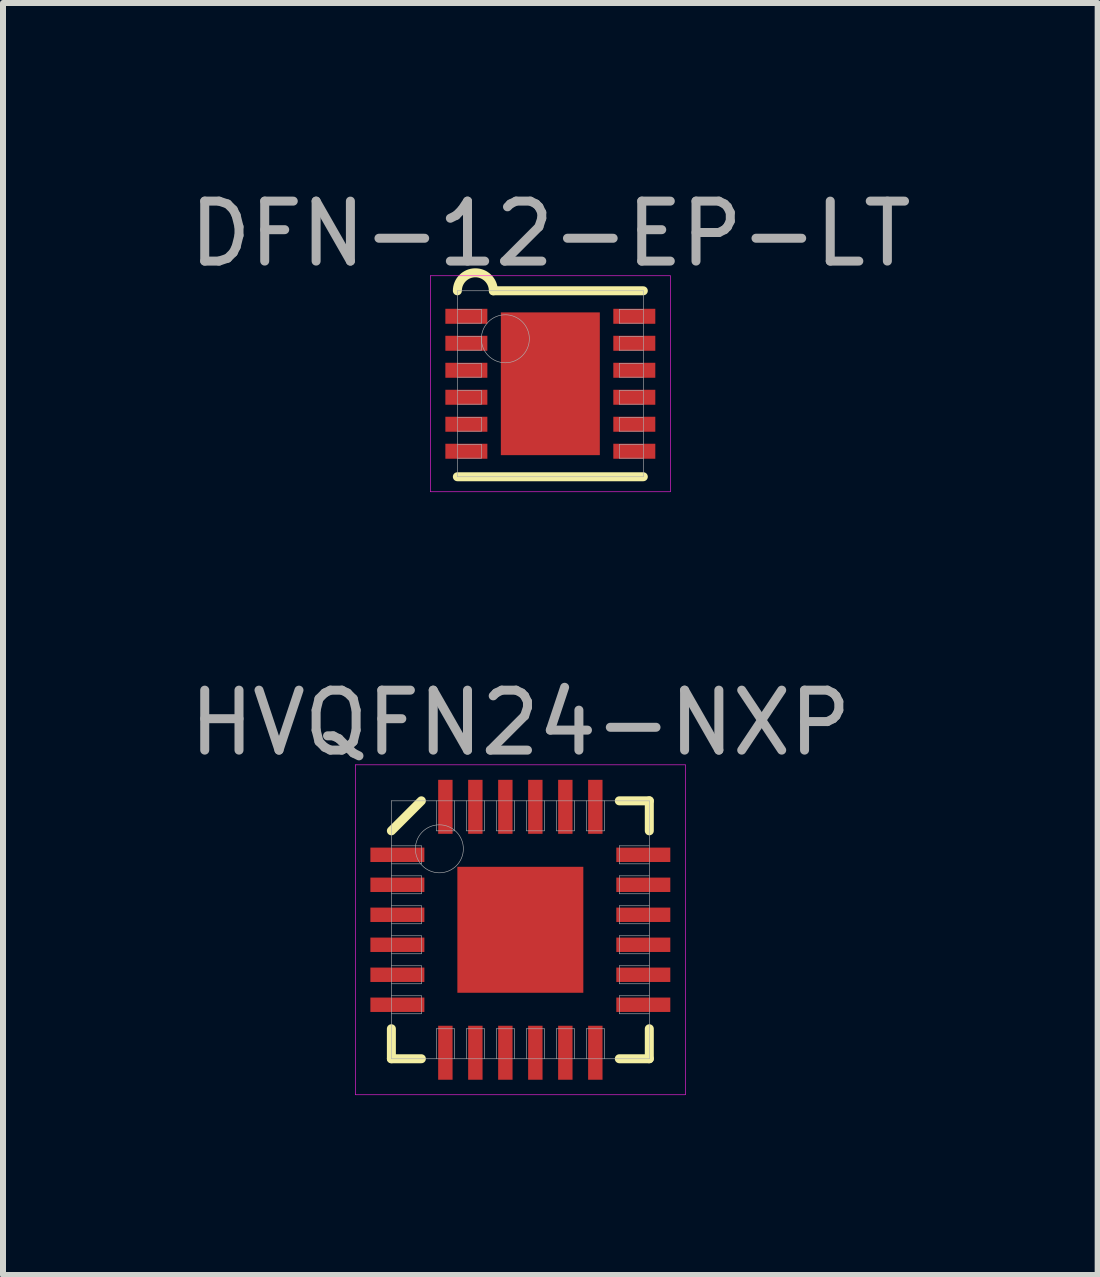
<source format=kicad_pcb>
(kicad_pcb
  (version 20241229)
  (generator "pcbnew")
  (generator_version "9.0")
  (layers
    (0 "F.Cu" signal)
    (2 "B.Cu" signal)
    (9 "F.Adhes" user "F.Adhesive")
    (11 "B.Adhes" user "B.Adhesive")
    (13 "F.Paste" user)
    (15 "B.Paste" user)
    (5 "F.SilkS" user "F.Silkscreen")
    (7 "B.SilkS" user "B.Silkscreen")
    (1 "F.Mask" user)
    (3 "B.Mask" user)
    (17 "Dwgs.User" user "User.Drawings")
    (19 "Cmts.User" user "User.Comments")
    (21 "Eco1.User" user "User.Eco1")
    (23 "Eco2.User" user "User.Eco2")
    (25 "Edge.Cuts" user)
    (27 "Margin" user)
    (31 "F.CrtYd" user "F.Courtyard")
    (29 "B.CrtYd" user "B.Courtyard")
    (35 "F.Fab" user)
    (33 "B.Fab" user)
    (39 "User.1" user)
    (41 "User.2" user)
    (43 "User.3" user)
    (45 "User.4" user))
  (footprint "HVQFN24-NXP"
    (layer "F.Cu")
    (at 5.625 12.451)
    (property "Reference" "HVQFN24-NXP" (at 0 -3.45 0) (layer "F.Fab") (effects (font (size 1 1) (thickness 0.15))))
    (attr through_hole)
    (fp_line (start -2.15 -1.65) (end -1.65 -2.15) (stroke (width 0.15) (type solid)) (layer "F.SilkS"))
    (fp_line (start -2.15 2.15) (end -2.15 1.65) (stroke (width 0.15) (type solid)) (layer "F.SilkS"))
    (fp_line (start -1.65 2.15) (end -2.15 2.15) (stroke (width 0.15) (type solid)) (layer "F.SilkS"))
    (fp_line (start 1.65 -2.15) (end 2.15 -2.15) (stroke (width 0.15) (type solid)) (layer "F.SilkS"))
    (fp_line (start 1.65 2.15) (end 2.15 2.15) (stroke (width 0.15) (type solid)) (layer "F.SilkS"))
    (fp_line (start 2.15 -2.15) (end 2.15 -1.65) (stroke (width 0.15) (type solid)) (layer "F.SilkS"))
    (fp_line (start 2.15 2.15) (end 2.15 1.65) (stroke (width 0.15) (type solid)) (layer "F.SilkS"))
    (fp_line (start -2.75 -2.75) (end 2.75 -2.75) (stroke (width 0.01) (type solid)) (layer "F.CrtYd"))
    (fp_line (start -2.75 2.75) (end -2.75 -2.75) (stroke (width 0.01) (type solid)) (layer "F.CrtYd"))
    (fp_line (start 2.75 -2.75) (end 2.75 2.75) (stroke (width 0.01) (type solid)) (layer "F.CrtYd"))
    (fp_line (start 2.75 2.75) (end -2.75 2.75) (stroke (width 0.01) (type solid)) (layer "F.CrtYd"))
    (fp_line (start -2.15 -2.15) (end 2.15 -2.15) (stroke (width 0.01) (type solid)) (layer "F.Fab"))
    (fp_line (start -2.15 -1.1) (end -1.65 -1.1) (stroke (width 0.01) (type solid)) (layer "F.Fab"))
    (fp_line (start -2.15 -0.6) (end -1.65 -0.6) (stroke (width 0.01) (type solid)) (layer "F.Fab"))
    (fp_line (start -2.15 -0.1) (end -1.65 -0.1) (stroke (width 0.01) (type solid)) (layer "F.Fab"))
    (fp_line (start -2.15 0.4) (end -1.65 0.4) (stroke (width 0.01) (type solid)) (layer "F.Fab"))
    (fp_line (start -2.15 0.9) (end -1.65 0.9) (stroke (width 0.01) (type solid)) (layer "F.Fab"))
    (fp_line (start -2.15 1.4) (end -1.65 1.4) (stroke (width 0.01) (type solid)) (layer "F.Fab"))
    (fp_line (start -2.15 2.15) (end -2.15 -2.15) (stroke (width 0.01) (type solid)) (layer "F.Fab"))
    (fp_line (start -1.65 -1.4) (end -2.15 -1.4) (stroke (width 0.01) (type solid)) (layer "F.Fab"))
    (fp_line (start -1.65 -1.1) (end -1.65 -1.4) (stroke (width 0.01) (type solid)) (layer "F.Fab"))
    (fp_line (start -1.65 -0.9) (end -2.15 -0.9) (stroke (width 0.01) (type solid)) (layer "F.Fab"))
    (fp_line (start -1.65 -0.6) (end -1.65 -0.9) (stroke (width 0.01) (type solid)) (layer "F.Fab"))
    (fp_line (start -1.65 -0.4) (end -2.15 -0.4) (stroke (width 0.01) (type solid)) (layer "F.Fab"))
    (fp_line (start -1.65 -0.1) (end -1.65 -0.4) (stroke (width 0.01) (type solid)) (layer "F.Fab"))
    (fp_line (start -1.65 0.1) (end -2.15 0.1) (stroke (width 0.01) (type solid)) (layer "F.Fab"))
    (fp_line (start -1.65 0.4) (end -1.65 0.1) (stroke (width 0.01) (type solid)) (layer "F.Fab"))
    (fp_line (start -1.65 0.6) (end -2.15 0.6) (stroke (width 0.01) (type solid)) (layer "F.Fab"))
    (fp_line (start -1.65 0.9) (end -1.65 0.6) (stroke (width 0.01) (type solid)) (layer "F.Fab"))
    (fp_line (start -1.65 1.1) (end -2.15 1.1) (stroke (width 0.01) (type solid)) (layer "F.Fab"))
    (fp_line (start -1.65 1.4) (end -1.65 1.1) (stroke (width 0.01) (type solid)) (layer "F.Fab"))
    (fp_line (start -1.4 -2.15) (end -1.4 -1.65) (stroke (width 0.01) (type solid)) (layer "F.Fab"))
    (fp_line (start -1.4 -1.65) (end -1.1 -1.65) (stroke (width 0.01) (type solid)) (layer "F.Fab"))
    (fp_line (start -1.4 1.65) (end -1.4 2.15) (stroke (width 0.01) (type solid)) (layer "F.Fab"))
    (fp_line (start -1.1 -1.65) (end -1.1 -2.15) (stroke (width 0.01) (type solid)) (layer "F.Fab"))
    (fp_line (start -1.1 1.65) (end -1.4 1.65) (stroke (width 0.01) (type solid)) (layer "F.Fab"))
    (fp_line (start -1.1 2.15) (end -1.1 1.65) (stroke (width 0.01) (type solid)) (layer "F.Fab"))
    (fp_line (start -0.9 -2.15) (end -0.9 -1.65) (stroke (width 0.01) (type solid)) (layer "F.Fab"))
    (fp_line (start -0.9 -1.65) (end -0.6 -1.65) (stroke (width 0.01) (type solid)) (layer "F.Fab"))
    (fp_line (start -0.9 1.65) (end -0.9 2.15) (stroke (width 0.01) (type solid)) (layer "F.Fab"))
    (fp_line (start -0.6 -1.65) (end -0.6 -2.15) (stroke (width 0.01) (type solid)) (layer "F.Fab"))
    (fp_line (start -0.6 1.65) (end -0.9 1.65) (stroke (width 0.01) (type solid)) (layer "F.Fab"))
    (fp_line (start -0.6 2.15) (end -0.6 1.65) (stroke (width 0.01) (type solid)) (layer "F.Fab"))
    (fp_line (start -0.4 -2.15) (end -0.4 -1.65) (stroke (width 0.01) (type solid)) (layer "F.Fab"))
    (fp_line (start -0.4 -1.65) (end -0.1 -1.65) (stroke (width 0.01) (type solid)) (layer "F.Fab"))
    (fp_line (start -0.4 1.65) (end -0.4 2.15) (stroke (width 0.01) (type solid)) (layer "F.Fab"))
    (fp_line (start -0.1 -1.65) (end -0.1 -2.15) (stroke (width 0.01) (type solid)) (layer "F.Fab"))
    (fp_line (start -0.1 1.65) (end -0.4 1.65) (stroke (width 0.01) (type solid)) (layer "F.Fab"))
    (fp_line (start -0.1 2.15) (end -0.1 1.65) (stroke (width 0.01) (type solid)) (layer "F.Fab"))
    (fp_line (start 0.1 -2.15) (end 0.1 -1.65) (stroke (width 0.01) (type solid)) (layer "F.Fab"))
    (fp_line (start 0.1 -1.65) (end 0.4 -1.65) (stroke (width 0.01) (type solid)) (layer "F.Fab"))
    (fp_line (start 0.1 1.65) (end 0.1 2.15) (stroke (width 0.01) (type solid)) (layer "F.Fab"))
    (fp_line (start 0.4 -1.65) (end 0.4 -2.15) (stroke (width 0.01) (type solid)) (layer "F.Fab"))
    (fp_line (start 0.4 1.65) (end 0.1 1.65) (stroke (width 0.01) (type solid)) (layer "F.Fab"))
    (fp_line (start 0.4 2.15) (end 0.4 1.65) (stroke (width 0.01) (type solid)) (layer "F.Fab"))
    (fp_line (start 0.6 -2.15) (end 0.6 -1.65) (stroke (width 0.01) (type solid)) (layer "F.Fab"))
    (fp_line (start 0.6 -1.65) (end 0.9 -1.65) (stroke (width 0.01) (type solid)) (layer "F.Fab"))
    (fp_line (start 0.6 1.65) (end 0.6 2.15) (stroke (width 0.01) (type solid)) (layer "F.Fab"))
    (fp_line (start 0.9 -1.65) (end 0.9 -2.15) (stroke (width 0.01) (type solid)) (layer "F.Fab"))
    (fp_line (start 0.9 1.65) (end 0.6 1.65) (stroke (width 0.01) (type solid)) (layer "F.Fab"))
    (fp_line (start 0.9 2.15) (end 0.9 1.65) (stroke (width 0.01) (type solid)) (layer "F.Fab"))
    (fp_line (start 1.1 -2.15) (end 1.1 -1.65) (stroke (width 0.01) (type solid)) (layer "F.Fab"))
    (fp_line (start 1.1 -1.65) (end 1.4 -1.65) (stroke (width 0.01) (type solid)) (layer "F.Fab"))
    (fp_line (start 1.1 1.65) (end 1.1 2.15) (stroke (width 0.01) (type solid)) (layer "F.Fab"))
    (fp_line (start 1.4 -1.65) (end 1.4 -2.15) (stroke (width 0.01) (type solid)) (layer "F.Fab"))
    (fp_line (start 1.4 1.65) (end 1.1 1.65) (stroke (width 0.01) (type solid)) (layer "F.Fab"))
    (fp_line (start 1.4 2.15) (end 1.4 1.65) (stroke (width 0.01) (type solid)) (layer "F.Fab"))
    (fp_line (start 1.65 -1.4) (end 1.65 -1.1) (stroke (width 0.01) (type solid)) (layer "F.Fab"))
    (fp_line (start 1.65 -1.1) (end 2.15 -1.1) (stroke (width 0.01) (type solid)) (layer "F.Fab"))
    (fp_line (start 1.65 -0.9) (end 1.65 -0.6) (stroke (width 0.01) (type solid)) (layer "F.Fab"))
    (fp_line (start 1.65 -0.6) (end 2.15 -0.6) (stroke (width 0.01) (type solid)) (layer "F.Fab"))
    (fp_line (start 1.65 -0.4) (end 1.65 -0.1) (stroke (width 0.01) (type solid)) (layer "F.Fab"))
    (fp_line (start 1.65 -0.1) (end 2.15 -0.1) (stroke (width 0.01) (type solid)) (layer "F.Fab"))
    (fp_line (start 1.65 0.1) (end 1.65 0.4) (stroke (width 0.01) (type solid)) (layer "F.Fab"))
    (fp_line (start 1.65 0.4) (end 2.15 0.4) (stroke (width 0.01) (type solid)) (layer "F.Fab"))
    (fp_line (start 1.65 0.6) (end 1.65 0.9) (stroke (width 0.01) (type solid)) (layer "F.Fab"))
    (fp_line (start 1.65 0.9) (end 2.15 0.9) (stroke (width 0.01) (type solid)) (layer "F.Fab"))
    (fp_line (start 1.65 1.1) (end 1.65 1.4) (stroke (width 0.01) (type solid)) (layer "F.Fab"))
    (fp_line (start 1.65 1.4) (end 2.15 1.4) (stroke (width 0.01) (type solid)) (layer "F.Fab"))
    (fp_line (start 2.15 -2.15) (end 2.15 2.15) (stroke (width 0.01) (type solid)) (layer "F.Fab"))
    (fp_line (start 2.15 -1.4) (end 1.65 -1.4) (stroke (width 0.01) (type solid)) (layer "F.Fab"))
    (fp_line (start 2.15 -0.9) (end 1.65 -0.9) (stroke (width 0.01) (type solid)) (layer "F.Fab"))
    (fp_line (start 2.15 -0.4) (end 1.65 -0.4) (stroke (width 0.01) (type solid)) (layer "F.Fab"))
    (fp_line (start 2.15 0.1) (end 1.65 0.1) (stroke (width 0.01) (type solid)) (layer "F.Fab"))
    (fp_line (start 2.15 0.6) (end 1.65 0.6) (stroke (width 0.01) (type solid)) (layer "F.Fab"))
    (fp_line (start 2.15 1.1) (end 1.65 1.1) (stroke (width 0.01) (type solid)) (layer "F.Fab"))
    (fp_line (start 2.15 2.15) (end -2.15 2.15) (stroke (width 0.01) (type solid)) (layer "F.Fab"))
    (fp_circle (center -1.35 -1.35) (end -1.35 -0.95) (stroke (width 0.01) (type solid)) (fill no) (layer "F.Fab"))
    (pad "" smd rect (at -0.425 -0.425) (size 0.45 0.45) (layers "F.Mask"))
    (pad "" smd rect (at -0.425 -0.425) (size 0.45 0.45) (layers "F.Paste"))
    (pad "" smd rect (at -0.425 0.425) (size 0.45 0.45) (layers "F.Mask"))
    (pad "" smd rect (at -0.425 0.425) (size 0.45 0.45) (layers "F.Paste"))
    (pad "" smd rect (at 0.425 -0.425) (size 0.45 0.45) (layers "F.Mask"))
    (pad "" smd rect (at 0.425 -0.425) (size 0.45 0.45) (layers "F.Paste"))
    (pad "" smd rect (at 0.425 0.425) (size 0.45 0.45) (layers "F.Mask"))
    (pad "" smd rect (at 0.425 0.425) (size 0.45 0.45) (layers "F.Paste"))
    (pad "1" smd rect (at -2.05 -1.25) (size 0.9 0.24) (layers "F.Cu" "F.Mask" "F.Paste"))
    (pad "2" smd rect (at -2.05 -0.75) (size 0.9 0.24) (layers "F.Cu" "F.Mask" "F.Paste"))
    (pad "3" smd rect (at -2.05 -0.25) (size 0.9 0.24) (layers "F.Cu" "F.Mask" "F.Paste"))
    (pad "4" smd rect (at -2.05 0.25) (size 0.9 0.24) (layers "F.Cu" "F.Mask" "F.Paste"))
    (pad "5" smd rect (at -2.05 0.75) (size 0.9 0.24) (layers "F.Cu" "F.Mask" "F.Paste"))
    (pad "6" smd rect (at -2.05 1.25) (size 0.9 0.24) (layers "F.Cu" "F.Mask" "F.Paste"))
    (pad "7" smd rect (at -1.25 2.05) (size 0.24 0.9) (layers "F.Cu" "F.Mask" "F.Paste"))
    (pad "8" smd rect (at -0.75 2.05) (size 0.24 0.9) (layers "F.Cu" "F.Mask" "F.Paste"))
    (pad "9" smd rect (at -0.25 2.05) (size 0.24 0.9) (layers "F.Cu" "F.Mask" "F.Paste"))
    (pad "10" smd rect (at 0.25 2.05) (size 0.24 0.9) (layers "F.Cu" "F.Mask" "F.Paste"))
    (pad "11" smd rect (at 0.75 2.05) (size 0.24 0.9) (layers "F.Cu" "F.Mask" "F.Paste"))
    (pad "12" smd rect (at 1.25 2.05) (size 0.24 0.9) (layers "F.Cu" "F.Mask" "F.Paste"))
    (pad "13" smd rect (at 2.05 1.25) (size 0.9 0.24) (layers "F.Cu" "F.Mask" "F.Paste"))
    (pad "14" smd rect (at 2.05 0.75) (size 0.9 0.24) (layers "F.Cu" "F.Mask" "F.Paste"))
    (pad "15" smd rect (at 2.05 0.25) (size 0.9 0.24) (layers "F.Cu" "F.Mask" "F.Paste"))
    (pad "16" smd rect (at 2.05 -0.25) (size 0.9 0.24) (layers "F.Cu" "F.Mask" "F.Paste"))
    (pad "17" smd rect (at 2.05 -0.75) (size 0.9 0.24) (layers "F.Cu" "F.Mask" "F.Paste"))
    (pad "18" smd rect (at 2.05 -1.25) (size 0.9 0.24) (layers "F.Cu" "F.Mask" "F.Paste"))
    (pad "19" smd rect (at 1.25 -2.05) (size 0.24 0.9) (layers "F.Cu" "F.Mask" "F.Paste"))
    (pad "20" smd rect (at 0.75 -2.05) (size 0.24 0.9) (layers "F.Cu" "F.Mask" "F.Paste"))
    (pad "21" smd rect (at 0.25 -2.05) (size 0.24 0.9) (layers "F.Cu" "F.Mask" "F.Paste"))
    (pad "22" smd rect (at -0.25 -2.05) (size 0.24 0.9) (layers "F.Cu" "F.Mask" "F.Paste"))
    (pad "23" smd rect (at -0.75 -2.05) (size 0.24 0.9) (layers "F.Cu" "F.Mask" "F.Paste"))
    (pad "24" smd rect (at -1.25 -2.05) (size 0.24 0.9) (layers "F.Cu" "F.Mask" "F.Paste"))
    (pad "EP" smd rect (at 0 0) (size 2.1 2.1) (layers "F.Cu")))
  (footprint "DFN-12-EP-LT"
    (layer "F.Cu")
    (at 6.125 3.348)
    (property "Reference" "DFN-12-EP-LT" (at 0 -2.5 0) (layer "F.Fab") (effects (font (size 1 1) (thickness 0.15))))
    (attr through_hole)
    (fp_line (start -1.55 1.55) (end 1.55 1.55) (stroke (width 0.15) (type solid)) (layer "F.SilkS"))
    (fp_line (start -0.95 -1.55) (end 1.55 -1.55) (stroke (width 0.15) (type solid)) (layer "F.SilkS"))
    (fp_arc (start -1.55 -1.55) (mid -1.25 -1.85) (end -0.95 -1.55) (stroke (width 0.15) (type solid)) (layer "F.SilkS"))
    (fp_line (start -2 -1.8) (end 2 -1.8) (stroke (width 0.01) (type solid)) (layer "F.CrtYd"))
    (fp_line (start -2 1.8) (end -2 -1.8) (stroke (width 0.01) (type solid)) (layer "F.CrtYd"))
    (fp_line (start 2 -1.8) (end 2 1.8) (stroke (width 0.01) (type solid)) (layer "F.CrtYd"))
    (fp_line (start 2 1.8) (end -2 1.8) (stroke (width 0.01) (type solid)) (layer "F.CrtYd"))
    (fp_line (start -1.55 -1.55) (end 1.55 -1.55) (stroke (width 0.01) (type solid)) (layer "F.Fab"))
    (fp_line (start -1.55 -1.01) (end -1.15 -1.01) (stroke (width 0.01) (type solid)) (layer "F.Fab"))
    (fp_line (start -1.55 -0.56) (end -1.15 -0.56) (stroke (width 0.01) (type solid)) (layer "F.Fab"))
    (fp_line (start -1.55 -0.11) (end -1.15 -0.11) (stroke (width 0.01) (type solid)) (layer "F.Fab"))
    (fp_line (start -1.55 0.34) (end -1.15 0.34) (stroke (width 0.01) (type solid)) (layer "F.Fab"))
    (fp_line (start -1.55 0.79) (end -1.15 0.79) (stroke (width 0.01) (type solid)) (layer "F.Fab"))
    (fp_line (start -1.55 1.24) (end -1.15 1.24) (stroke (width 0.01) (type solid)) (layer "F.Fab"))
    (fp_line (start -1.55 1.55) (end -1.55 -1.55) (stroke (width 0.01) (type solid)) (layer "F.Fab"))
    (fp_line (start -1.15 -1.24) (end -1.55 -1.24) (stroke (width 0.01) (type solid)) (layer "F.Fab"))
    (fp_line (start -1.15 -1.01) (end -1.15 -1.24) (stroke (width 0.01) (type solid)) (layer "F.Fab"))
    (fp_line (start -1.15 -0.79) (end -1.55 -0.79) (stroke (width 0.01) (type solid)) (layer "F.Fab"))
    (fp_line (start -1.15 -0.56) (end -1.15 -0.79) (stroke (width 0.01) (type solid)) (layer "F.Fab"))
    (fp_line (start -1.15 -0.34) (end -1.55 -0.34) (stroke (width 0.01) (type solid)) (layer "F.Fab"))
    (fp_line (start -1.15 -0.11) (end -1.15 -0.34) (stroke (width 0.01) (type solid)) (layer "F.Fab"))
    (fp_line (start -1.15 0.11) (end -1.55 0.11) (stroke (width 0.01) (type solid)) (layer "F.Fab"))
    (fp_line (start -1.15 0.34) (end -1.15 0.11) (stroke (width 0.01) (type solid)) (layer "F.Fab"))
    (fp_line (start -1.15 0.56) (end -1.55 0.56) (stroke (width 0.01) (type solid)) (layer "F.Fab"))
    (fp_line (start -1.15 0.79) (end -1.15 0.56) (stroke (width 0.01) (type solid)) (layer "F.Fab"))
    (fp_line (start -1.15 1.01) (end -1.55 1.01) (stroke (width 0.01) (type solid)) (layer "F.Fab"))
    (fp_line (start -1.15 1.24) (end -1.15 1.01) (stroke (width 0.01) (type solid)) (layer "F.Fab"))
    (fp_line (start 1.15 -1.24) (end 1.15 -1.01) (stroke (width 0.01) (type solid)) (layer "F.Fab"))
    (fp_line (start 1.15 -1.01) (end 1.55 -1.01) (stroke (width 0.01) (type solid)) (layer "F.Fab"))
    (fp_line (start 1.15 -0.79) (end 1.15 -0.56) (stroke (width 0.01) (type solid)) (layer "F.Fab"))
    (fp_line (start 1.15 -0.56) (end 1.55 -0.56) (stroke (width 0.01) (type solid)) (layer "F.Fab"))
    (fp_line (start 1.15 -0.34) (end 1.15 -0.11) (stroke (width 0.01) (type solid)) (layer "F.Fab"))
    (fp_line (start 1.15 -0.11) (end 1.55 -0.11) (stroke (width 0.01) (type solid)) (layer "F.Fab"))
    (fp_line (start 1.15 0.11) (end 1.15 0.34) (stroke (width 0.01) (type solid)) (layer "F.Fab"))
    (fp_line (start 1.15 0.34) (end 1.55 0.34) (stroke (width 0.01) (type solid)) (layer "F.Fab"))
    (fp_line (start 1.15 0.56) (end 1.15 0.79) (stroke (width 0.01) (type solid)) (layer "F.Fab"))
    (fp_line (start 1.15 0.79) (end 1.55 0.79) (stroke (width 0.01) (type solid)) (layer "F.Fab"))
    (fp_line (start 1.15 1.01) (end 1.15 1.24) (stroke (width 0.01) (type solid)) (layer "F.Fab"))
    (fp_line (start 1.15 1.24) (end 1.55 1.24) (stroke (width 0.01) (type solid)) (layer "F.Fab"))
    (fp_line (start 1.55 -1.55) (end 1.55 1.55) (stroke (width 0.01) (type solid)) (layer "F.Fab"))
    (fp_line (start 1.55 -1.24) (end 1.15 -1.24) (stroke (width 0.01) (type solid)) (layer "F.Fab"))
    (fp_line (start 1.55 -0.79) (end 1.15 -0.79) (stroke (width 0.01) (type solid)) (layer "F.Fab"))
    (fp_line (start 1.55 -0.34) (end 1.15 -0.34) (stroke (width 0.01) (type solid)) (layer "F.Fab"))
    (fp_line (start 1.55 0.11) (end 1.15 0.11) (stroke (width 0.01) (type solid)) (layer "F.Fab"))
    (fp_line (start 1.55 0.56) (end 1.15 0.56) (stroke (width 0.01) (type solid)) (layer "F.Fab"))
    (fp_line (start 1.55 1.01) (end 1.15 1.01) (stroke (width 0.01) (type solid)) (layer "F.Fab"))
    (fp_line (start 1.55 1.55) (end -1.55 1.55) (stroke (width 0.01) (type solid)) (layer "F.Fab"))
    (fp_circle (center -0.75 -0.75) (end -0.75 -0.35) (stroke (width 0.01) (type solid)) (fill no) (layer "F.Fab"))
    (pad "" smd rect (at 0 -0.6) (size 1.2 0.8) (layers "F.Paste"))
    (pad "" smd rect (at 0 0.6) (size 1.2 0.8) (layers "F.Paste"))
    (pad "1" smd rect (at -1.4 -1.125) (size 0.7 0.25) (layers "F.Cu" "F.Mask" "F.Paste"))
    (pad "2" smd rect (at -1.4 -0.675) (size 0.7 0.25) (layers "F.Cu" "F.Mask" "F.Paste"))
    (pad "3" smd rect (at -1.4 -0.225) (size 0.7 0.25) (layers "F.Cu" "F.Mask" "F.Paste"))
    (pad "4" smd rect (at -1.4 0.225) (size 0.7 0.25) (layers "F.Cu" "F.Mask" "F.Paste"))
    (pad "5" smd rect (at -1.4 0.675) (size 0.7 0.25) (layers "F.Cu" "F.Mask" "F.Paste"))
    (pad "6" smd rect (at -1.4 1.125) (size 0.7 0.25) (layers "F.Cu" "F.Mask" "F.Paste"))
    (pad "7" smd rect (at 1.4 1.125) (size 0.7 0.25) (layers "F.Cu" "F.Mask" "F.Paste"))
    (pad "8" smd rect (at 1.4 0.675) (size 0.7 0.25) (layers "F.Cu" "F.Mask" "F.Paste"))
    (pad "9" smd rect (at 1.4 0.225) (size 0.7 0.25) (layers "F.Cu" "F.Mask" "F.Paste"))
    (pad "10" smd rect (at 1.4 -0.225) (size 0.7 0.25) (layers "F.Cu" "F.Mask" "F.Paste"))
    (pad "11" smd rect (at 1.4 -0.675) (size 0.7 0.25) (layers "F.Cu" "F.Mask" "F.Paste"))
    (pad "12" smd rect (at 1.4 -1.125) (size 0.7 0.25) (layers "F.Cu" "F.Mask" "F.Paste"))
    (pad "EP" smd rect (at 0 0) (size 1.65 2.38) (layers "F.Cu" "F.Mask")))
  (gr_rect
    (start -3 -3)
    (end 15.25 18.206)
    (stroke (width 0.1) (type default))
    (fill no)
    (layer "Edge.Cuts")))
</source>
